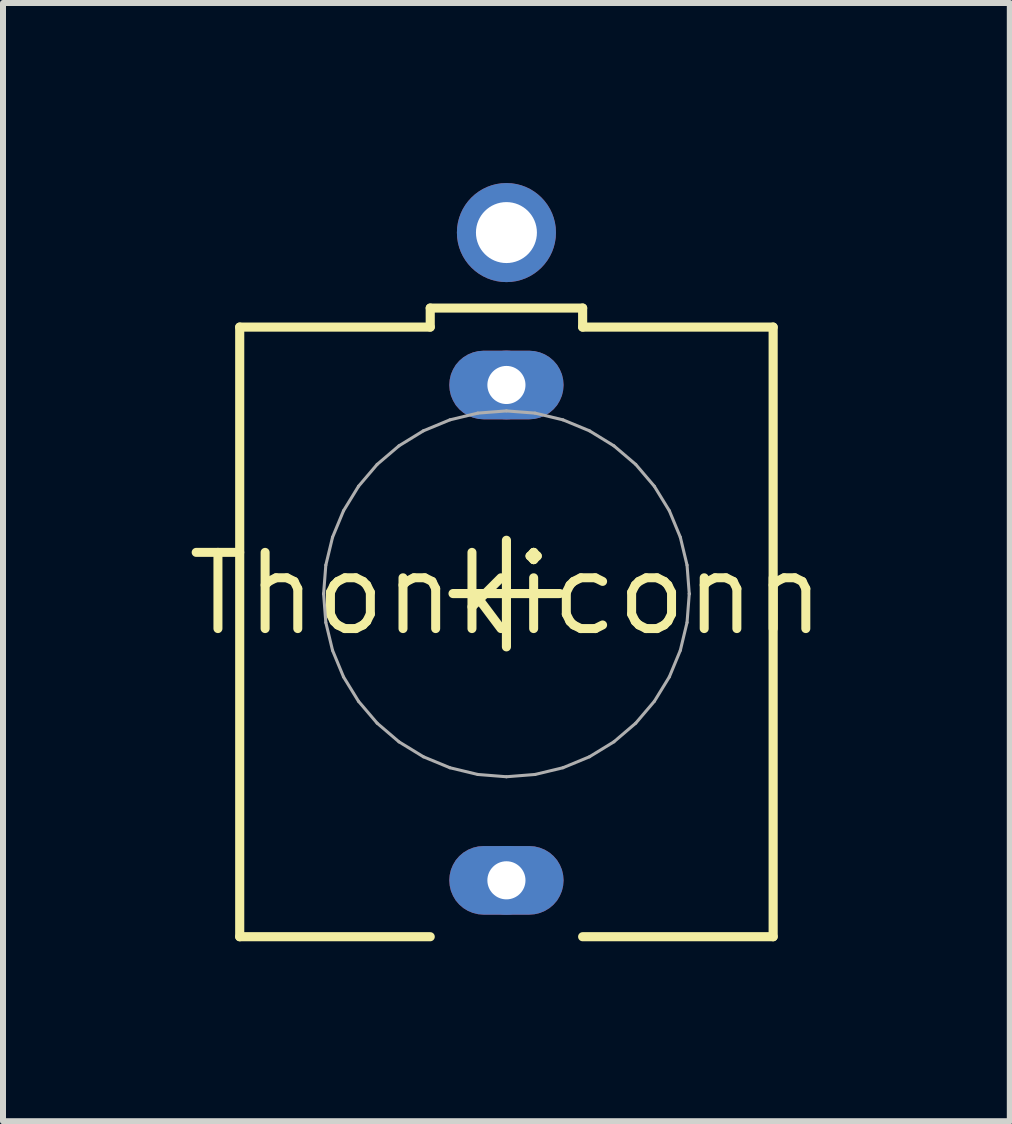
<source format=kicad_pcb>
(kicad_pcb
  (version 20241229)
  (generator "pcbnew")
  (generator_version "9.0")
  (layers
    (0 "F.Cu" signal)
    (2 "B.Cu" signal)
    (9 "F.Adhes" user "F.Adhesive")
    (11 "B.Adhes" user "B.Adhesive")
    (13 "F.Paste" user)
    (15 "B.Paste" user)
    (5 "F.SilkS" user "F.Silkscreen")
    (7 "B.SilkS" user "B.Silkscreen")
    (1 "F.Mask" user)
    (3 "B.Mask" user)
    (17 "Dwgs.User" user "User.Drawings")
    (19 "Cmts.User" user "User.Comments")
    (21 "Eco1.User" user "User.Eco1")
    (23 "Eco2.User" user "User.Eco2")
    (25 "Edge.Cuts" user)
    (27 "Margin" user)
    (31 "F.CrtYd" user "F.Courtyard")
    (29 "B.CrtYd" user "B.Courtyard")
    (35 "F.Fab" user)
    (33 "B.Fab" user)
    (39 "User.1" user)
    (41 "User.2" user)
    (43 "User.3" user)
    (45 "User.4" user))
  (footprint "Thonkiconn"
    (layer "F.Cu")
    (at 5.39 6.846)
    (property "Reference" "Thonkiconn" (at 0 0 0) (layer "F.SilkS") (effects (font (size 1.27 1.27) (thickness 0.15))))
    (fp_poly (pts (xy 0.47 -4.044) (xy 0.557 -4.023) (xy 0.64 -3.989) (xy 0.717 -3.942) (xy 0.785 -3.884) (xy 0.844 -3.816) (xy 0.89 -3.739) (xy 0.925 -3.656) (xy 0.945 -3.569) (xy 0.952 -3.48) (xy 0.945 -3.391) (xy 0.925 -3.304) (xy 0.89 -3.221) (xy 0.844 -3.143) (xy 0.785 -3.075) (xy 0.717 -3.017) (xy 0.64 -2.97) (xy 0.557 -2.936) (xy 0.47 -2.915) (xy 0.381 -2.908) (xy -0.381 -2.908) (xy -0.47 -2.915) (xy -0.557 -2.936) (xy -0.64 -2.97) (xy -0.717 -3.017) (xy -0.785 -3.075) (xy -0.844 -3.143) (xy -0.89 -3.221) (xy -0.925 -3.304) (xy -0.945 -3.391) (xy -0.952 -3.48) (xy -0.945 -3.569) (xy -0.925 -3.656) (xy -0.89 -3.739) (xy -0.844 -3.816) (xy -0.785 -3.884) (xy -0.717 -3.942) (xy -0.64 -3.989) (xy -0.557 -4.023) (xy -0.47 -4.044) (xy -0.381 -4.051) (xy 0.381 -4.051)) (stroke (width 0) (type default)) (fill yes) (layer "F.Cu"))
    (fp_poly (pts (xy 0.47 4.211) (xy 0.557 4.232) (xy 0.64 4.266) (xy 0.717 4.313) (xy 0.785 4.371) (xy 0.844 4.439) (xy 0.89 4.516) (xy 0.925 4.599) (xy 0.945 4.686) (xy 0.952 4.775) (xy 0.945 4.864) (xy 0.925 4.951) (xy 0.89 5.034) (xy 0.844 5.112) (xy 0.785 5.18) (xy 0.717 5.238) (xy 0.64 5.285) (xy 0.557 5.319) (xy 0.47 5.34) (xy 0.381 5.347) (xy -0.381 5.347) (xy -0.47 5.34) (xy -0.557 5.319) (xy -0.64 5.285) (xy -0.717 5.238) (xy -0.785 5.18) (xy -0.844 5.112) (xy -0.89 5.034) (xy -0.925 4.951) (xy -0.945 4.864) (xy -0.952 4.775) (xy -0.945 4.686) (xy -0.925 4.599) (xy -0.89 4.516) (xy -0.844 4.439) (xy -0.785 4.371) (xy -0.717 4.313) (xy -0.64 4.266) (xy -0.557 4.232) (xy -0.47 4.211) (xy -0.381 4.204) (xy 0.381 4.204)) (stroke (width 0) (type default)) (fill yes) (layer "F.Cu"))
    (fp_poly (pts (xy 0.486 -4.146) (xy 0.589 -4.121) (xy 0.687 -4.081) (xy 0.778 -4.025) (xy 0.858 -3.957) (xy 0.927 -3.876) (xy 0.982 -3.785) (xy 1.022 -3.688) (xy 1.047 -3.585) (xy 1.055 -3.48) (xy 1.047 -3.375) (xy 1.022 -3.272) (xy 0.982 -3.174) (xy 0.927 -3.083) (xy 0.858 -3.003) (xy 0.778 -2.934) (xy 0.687 -2.879) (xy 0.589 -2.839) (xy 0.486 -2.814) (xy 0.381 -2.806) (xy -0.381 -2.806) (xy -0.486 -2.814) (xy -0.589 -2.839) (xy -0.687 -2.879) (xy -0.778 -2.934) (xy -0.858 -3.003) (xy -0.927 -3.083) (xy -0.982 -3.174) (xy -1.022 -3.272) (xy -1.047 -3.375) (xy -1.055 -3.48) (xy -1.047 -3.585) (xy -1.022 -3.688) (xy -0.982 -3.785) (xy -0.927 -3.876) (xy -0.858 -3.957) (xy -0.778 -4.025) (xy -0.687 -4.081) (xy -0.589 -4.121) (xy -0.486 -4.146) (xy -0.381 -4.154) (xy 0.381 -4.154)) (stroke (width 0) (type default)) (fill yes) (layer "F.Mask"))
    (fp_poly (pts (xy 0.486 4.109) (xy 0.589 4.134) (xy 0.687 4.174) (xy 0.778 4.23) (xy 0.858 4.298) (xy 0.927 4.379) (xy 0.982 4.47) (xy 1.022 4.567) (xy 1.047 4.67) (xy 1.055 4.775) (xy 1.047 4.88) (xy 1.022 4.983) (xy 0.982 5.081) (xy 0.927 5.172) (xy 0.858 5.252) (xy 0.778 5.321) (xy 0.687 5.376) (xy 0.589 5.416) (xy 0.486 5.441) (xy 0.381 5.449) (xy -0.381 5.449) (xy -0.486 5.441) (xy -0.589 5.416) (xy -0.687 5.376) (xy -0.778 5.321) (xy -0.858 5.252) (xy -0.927 5.172) (xy -0.982 5.081) (xy -1.022 4.983) (xy -1.047 4.88) (xy -1.055 4.775) (xy -1.047 4.67) (xy -1.022 4.567) (xy -0.982 4.47) (xy -0.927 4.379) (xy -0.858 4.298) (xy -0.778 4.23) (xy -0.687 4.174) (xy -0.589 4.134) (xy -0.486 4.109) (xy -0.381 4.101) (xy 0.381 4.101)) (stroke (width 0) (type default)) (fill yes) (layer "F.Mask"))
    (fp_poly (pts (xy 0.47 -4.044) (xy 0.557 -4.023) (xy 0.64 -3.989) (xy 0.717 -3.942) (xy 0.785 -3.884) (xy 0.844 -3.816) (xy 0.89 -3.739) (xy 0.925 -3.656) (xy 0.945 -3.569) (xy 0.952 -3.48) (xy 0.945 -3.391) (xy 0.925 -3.304) (xy 0.89 -3.221) (xy 0.844 -3.143) (xy 0.785 -3.075) (xy 0.717 -3.017) (xy 0.64 -2.97) (xy 0.557 -2.936) (xy 0.47 -2.915) (xy 0.381 -2.908) (xy -0.381 -2.908) (xy -0.47 -2.915) (xy -0.557 -2.936) (xy -0.64 -2.97) (xy -0.717 -3.017) (xy -0.785 -3.075) (xy -0.844 -3.143) (xy -0.89 -3.221) (xy -0.925 -3.304) (xy -0.945 -3.391) (xy -0.952 -3.48) (xy -0.945 -3.569) (xy -0.925 -3.656) (xy -0.89 -3.739) (xy -0.844 -3.816) (xy -0.785 -3.884) (xy -0.717 -3.942) (xy -0.64 -3.989) (xy -0.557 -4.023) (xy -0.47 -4.044) (xy -0.381 -4.051) (xy 0.381 -4.051)) (stroke (width 0) (type default)) (fill yes) (layer "B.Cu"))
    (fp_poly (pts (xy 0.47 4.211) (xy 0.557 4.232) (xy 0.64 4.266) (xy 0.717 4.313) (xy 0.785 4.371) (xy 0.844 4.439) (xy 0.89 4.516) (xy 0.925 4.599) (xy 0.945 4.686) (xy 0.952 4.775) (xy 0.945 4.864) (xy 0.925 4.951) (xy 0.89 5.034) (xy 0.844 5.112) (xy 0.785 5.18) (xy 0.717 5.238) (xy 0.64 5.285) (xy 0.557 5.319) (xy 0.47 5.34) (xy 0.381 5.347) (xy -0.381 5.347) (xy -0.47 5.34) (xy -0.557 5.319) (xy -0.64 5.285) (xy -0.717 5.238) (xy -0.785 5.18) (xy -0.844 5.112) (xy -0.89 5.034) (xy -0.925 4.951) (xy -0.945 4.864) (xy -0.952 4.775) (xy -0.945 4.686) (xy -0.925 4.599) (xy -0.89 4.516) (xy -0.844 4.439) (xy -0.785 4.371) (xy -0.717 4.313) (xy -0.64 4.266) (xy -0.557 4.232) (xy -0.47 4.211) (xy -0.381 4.204) (xy 0.381 4.204)) (stroke (width 0) (type default)) (fill yes) (layer "B.Cu"))
    (fp_poly (pts (xy 0.486 -4.146) (xy 0.589 -4.121) (xy 0.687 -4.081) (xy 0.778 -4.025) (xy 0.858 -3.957) (xy 0.927 -3.876) (xy 0.982 -3.785) (xy 1.022 -3.688) (xy 1.047 -3.585) (xy 1.055 -3.48) (xy 1.047 -3.375) (xy 1.022 -3.272) (xy 0.982 -3.174) (xy 0.927 -3.083) (xy 0.858 -3.003) (xy 0.778 -2.934) (xy 0.687 -2.879) (xy 0.589 -2.839) (xy 0.486 -2.814) (xy 0.381 -2.806) (xy -0.381 -2.806) (xy -0.486 -2.814) (xy -0.589 -2.839) (xy -0.687 -2.879) (xy -0.778 -2.934) (xy -0.858 -3.003) (xy -0.927 -3.083) (xy -0.982 -3.174) (xy -1.022 -3.272) (xy -1.047 -3.375) (xy -1.055 -3.48) (xy -1.047 -3.585) (xy -1.022 -3.688) (xy -0.982 -3.785) (xy -0.927 -3.876) (xy -0.858 -3.957) (xy -0.778 -4.025) (xy -0.687 -4.081) (xy -0.589 -4.121) (xy -0.486 -4.146) (xy -0.381 -4.154) (xy 0.381 -4.154)) (stroke (width 0) (type default)) (fill yes) (layer "B.Mask"))
    (fp_poly (pts (xy 0.486 4.109) (xy 0.589 4.134) (xy 0.687 4.174) (xy 0.778 4.23) (xy 0.858 4.298) (xy 0.927 4.379) (xy 0.982 4.47) (xy 1.022 4.567) (xy 1.047 4.67) (xy 1.055 4.775) (xy 1.047 4.88) (xy 1.022 4.983) (xy 0.982 5.081) (xy 0.927 5.172) (xy 0.858 5.252) (xy 0.778 5.321) (xy 0.687 5.376) (xy 0.589 5.416) (xy 0.486 5.441) (xy 0.381 5.449) (xy -0.381 5.449) (xy -0.486 5.441) (xy -0.589 5.416) (xy -0.687 5.376) (xy -0.778 5.321) (xy -0.858 5.252) (xy -0.927 5.172) (xy -0.982 5.081) (xy -1.022 4.983) (xy -1.047 4.88) (xy -1.055 4.775) (xy -1.047 4.67) (xy -1.022 4.567) (xy -0.982 4.47) (xy -0.927 4.379) (xy -0.858 4.298) (xy -0.778 4.23) (xy -0.687 4.174) (xy -0.589 4.134) (xy -0.486 4.109) (xy -0.381 4.101) (xy 0.381 4.101)) (stroke (width 0) (type default)) (fill yes) (layer "B.Mask"))
    (fp_line (start -4.445 -4.445) (end -4.445 5.715) (stroke (width 0.152) (type solid)) (layer "F.SilkS"))
    (fp_line (start -1.27 -4.762) (end 1.27 -4.762) (stroke (width 0.152) (type solid)) (layer "F.SilkS"))
    (fp_line (start -1.27 -4.445) (end -4.445 -4.445) (stroke (width 0.152) (type solid)) (layer "F.SilkS"))
    (fp_line (start -1.27 -4.445) (end -1.27 -4.762) (stroke (width 0.152) (type solid)) (layer "F.SilkS"))
    (fp_line (start -1.27 5.715) (end -4.445 5.715) (stroke (width 0.152) (type solid)) (layer "F.SilkS"))
    (fp_line (start -0.89 -0.004) (end 0.889 -0.004) (stroke (width 0.152) (type solid)) (layer "F.SilkS"))
    (fp_line (start 0 0.884) (end 0 -0.892) (stroke (width 0.152) (type solid)) (layer "F.SilkS"))
    (fp_line (start 1.27 -4.762) (end 1.27 -4.445) (stroke (width 0.152) (type solid)) (layer "F.SilkS"))
    (fp_line (start 1.27 -4.445) (end 4.445 -4.445) (stroke (width 0.152) (type solid)) (layer "F.SilkS"))
    (fp_line (start 1.27 5.715) (end 4.445 5.715) (stroke (width 0.152) (type solid)) (layer "F.SilkS"))
    (fp_line (start 4.445 5.715) (end 4.445 -4.445) (stroke (width 0.152) (type solid)) (layer "F.SilkS"))
    (fp_line (start -3.047 -0.001) (end -3.047 0.001) (stroke (width 0.051) (type solid)) (layer "F.Fab"))
    (fp_line (start -3.047 0.001) (end -3.01 0.478) (stroke (width 0.051) (type solid)) (layer "F.Fab"))
    (fp_line (start -3.01 -0.478) (end -3.047 -0.001) (stroke (width 0.051) (type solid)) (layer "F.Fab"))
    (fp_line (start -3.01 0.478) (end -2.898 0.943) (stroke (width 0.051) (type solid)) (layer "F.Fab"))
    (fp_line (start -2.898 -0.943) (end -3.01 -0.478) (stroke (width 0.051) (type solid)) (layer "F.Fab"))
    (fp_line (start -2.898 0.943) (end -2.715 1.385) (stroke (width 0.051) (type solid)) (layer "F.Fab"))
    (fp_line (start -2.715 -1.384) (end -2.898 -0.943) (stroke (width 0.051) (type solid)) (layer "F.Fab"))
    (fp_line (start -2.715 1.385) (end -2.465 1.792) (stroke (width 0.051) (type solid)) (layer "F.Fab"))
    (fp_line (start -2.465 -1.792) (end -2.715 -1.384) (stroke (width 0.051) (type solid)) (layer "F.Fab"))
    (fp_line (start -2.465 1.792) (end -2.155 2.156) (stroke (width 0.051) (type solid)) (layer "F.Fab"))
    (fp_line (start -2.155 -2.156) (end -2.465 -1.792) (stroke (width 0.051) (type solid)) (layer "F.Fab"))
    (fp_line (start -2.155 2.156) (end -1.791 2.467) (stroke (width 0.051) (type solid)) (layer "F.Fab"))
    (fp_line (start -1.791 -2.466) (end -2.155 -2.156) (stroke (width 0.051) (type solid)) (layer "F.Fab"))
    (fp_line (start -1.791 2.467) (end -1.384 2.716) (stroke (width 0.051) (type solid)) (layer "F.Fab"))
    (fp_line (start -1.384 -2.716) (end -1.791 -2.466) (stroke (width 0.051) (type solid)) (layer "F.Fab"))
    (fp_line (start -1.384 2.716) (end -0.942 2.899) (stroke (width 0.051) (type solid)) (layer "F.Fab"))
    (fp_line (start -0.942 -2.899) (end -1.384 -2.716) (stroke (width 0.051) (type solid)) (layer "F.Fab"))
    (fp_line (start -0.942 2.899) (end -0.477 3.011) (stroke (width 0.051) (type solid)) (layer "F.Fab"))
    (fp_line (start -0.477 -3.011) (end -0.942 -2.899) (stroke (width 0.051) (type solid)) (layer "F.Fab"))
    (fp_line (start -0.477 3.011) (end 0 3.049) (stroke (width 0.051) (type solid)) (layer "F.Fab"))
    (fp_line (start 0 -3.048) (end -0.477 -3.011) (stroke (width 0.051) (type solid)) (layer "F.Fab"))
    (fp_line (start 0 3.049) (end 0.477 3.011) (stroke (width 0.051) (type solid)) (layer "F.Fab"))
    (fp_line (start 0.477 -3.011) (end 0 -3.048) (stroke (width 0.051) (type solid)) (layer "F.Fab"))
    (fp_line (start 0.477 3.011) (end 0.942 2.899) (stroke (width 0.051) (type solid)) (layer "F.Fab"))
    (fp_line (start 0.942 -2.899) (end 0.477 -3.011) (stroke (width 0.051) (type solid)) (layer "F.Fab"))
    (fp_line (start 0.942 2.899) (end 1.384 2.716) (stroke (width 0.051) (type solid)) (layer "F.Fab"))
    (fp_line (start 1.384 -2.716) (end 0.942 -2.899) (stroke (width 0.051) (type solid)) (layer "F.Fab"))
    (fp_line (start 1.384 2.716) (end 1.791 2.467) (stroke (width 0.051) (type solid)) (layer "F.Fab"))
    (fp_line (start 1.791 -2.466) (end 1.384 -2.716) (stroke (width 0.051) (type solid)) (layer "F.Fab"))
    (fp_line (start 1.791 2.467) (end 2.155 2.156) (stroke (width 0.051) (type solid)) (layer "F.Fab"))
    (fp_line (start 2.155 -2.156) (end 1.791 -2.466) (stroke (width 0.051) (type solid)) (layer "F.Fab"))
    (fp_line (start 2.155 2.156) (end 2.465 1.792) (stroke (width 0.051) (type solid)) (layer "F.Fab"))
    (fp_line (start 2.465 -1.792) (end 2.155 -2.156) (stroke (width 0.051) (type solid)) (layer "F.Fab"))
    (fp_line (start 2.465 1.792) (end 2.715 1.385) (stroke (width 0.051) (type solid)) (layer "F.Fab"))
    (fp_line (start 2.715 -1.384) (end 2.465 -1.792) (stroke (width 0.051) (type solid)) (layer "F.Fab"))
    (fp_line (start 2.715 1.385) (end 2.898 0.943) (stroke (width 0.051) (type solid)) (layer "F.Fab"))
    (fp_line (start 2.898 -0.943) (end 2.715 -1.384) (stroke (width 0.051) (type solid)) (layer "F.Fab"))
    (fp_line (start 2.898 0.943) (end 3.01 0.478) (stroke (width 0.051) (type solid)) (layer "F.Fab"))
    (fp_line (start 3.01 -0.478) (end 2.898 -0.943) (stroke (width 0.051) (type solid)) (layer "F.Fab"))
    (fp_line (start 3.01 0.478) (end 3.047 0.001) (stroke (width 0.051) (type solid)) (layer "F.Fab"))
    (fp_line (start 3.047 -0.001) (end 3.01 -0.478) (stroke (width 0.051) (type solid)) (layer "F.Fab"))
    (fp_line (start 3.047 0.001) (end 3.047 -0.001) (stroke (width 0.051) (type solid)) (layer "F.Fab"))
    (pad "1" thru_hole circle (at 0 -3.48) (size 1.143 1.143) (drill 0.635) (layers "*.Cu"))
    (pad "2" thru_hole circle (at 0 4.775) (size 1.143 1.143) (drill 0.635) (layers "*.Cu"))
    (pad "3" thru_hole circle (at 0 -6.02) (size 1.651 1.651) (drill 1.016) (layers "*.Cu" "*.Mask"))
    (zone (net_name "") (layer "F.Cu") (hatch edge 0.5) (connect_pads) (min_thickness 0.25) (filled_areas_thickness no) (keepout (tracks not_allowed) (vias not_allowed) (pads not_allowed) (copperpour not_allowed) (footprints allowed)) (placement (enabled no)) (fill) (polygon (pts (xy 6.632 6.845) (xy 6.612 6.623) (xy 6.552 6.408) (xy 6.456 6.207) (xy 6.325 6.027) (xy 6.164 5.873) (xy 5.978 5.751) (xy 5.773 5.663) (xy 5.556 5.614) (xy 5.334 5.604) (xy 5.113 5.634) (xy 4.902 5.702) (xy 4.705 5.808) (xy 4.531 5.947) (xy 4.385 6.114) (xy 4.271 6.306) (xy 4.192 6.514) (xy 4.153 6.733) (xy 4.153 6.956) (xy 4.192 7.175) (xy 4.271 7.383) (xy 4.385 7.575) (xy 4.531 7.742) (xy 4.705 7.881) (xy 4.902 7.987) (xy 5.113 8.055) (xy 5.334 8.085) (xy 5.556 8.075) (xy 5.773 8.026) (xy 5.978 7.938) (xy 6.164 7.816) (xy 6.325 7.662) (xy 6.456 7.482) (xy 6.552 7.281) (xy 6.612 7.066))) (polygon (pts (xy 6.382 6.845) (xy 6.361 6.645) (xy 6.301 6.453) (xy 6.204 6.278) (xy 6.073 6.126) (xy 5.914 6.003) (xy 5.734 5.914) (xy 5.54 5.864) (xy 5.339 5.854) (xy 5.141 5.884) (xy 4.953 5.954) (xy 4.782 6.06) (xy 4.637 6.198) (xy 4.522 6.363) (xy 4.443 6.548) (xy 4.403 6.744) (xy 4.403 6.945) (xy 4.443 7.141) (xy 4.522 7.326) (xy 4.637 7.491) (xy 4.782 7.629) (xy 4.953 7.735) (xy 5.141 7.805) (xy 5.339 7.835) (xy 5.54 7.825) (xy 5.734 7.775) (xy 5.914 7.686) (xy 6.073 7.563) (xy 6.204 7.411) (xy 6.301 7.236) (xy 6.361 7.044)))))
  (gr_rect
    (start -3 -3)
    (end 13.779 15.636)
    (stroke (width 0.1) (type default))
    (fill no)
    (layer "Edge.Cuts")))
</source>
